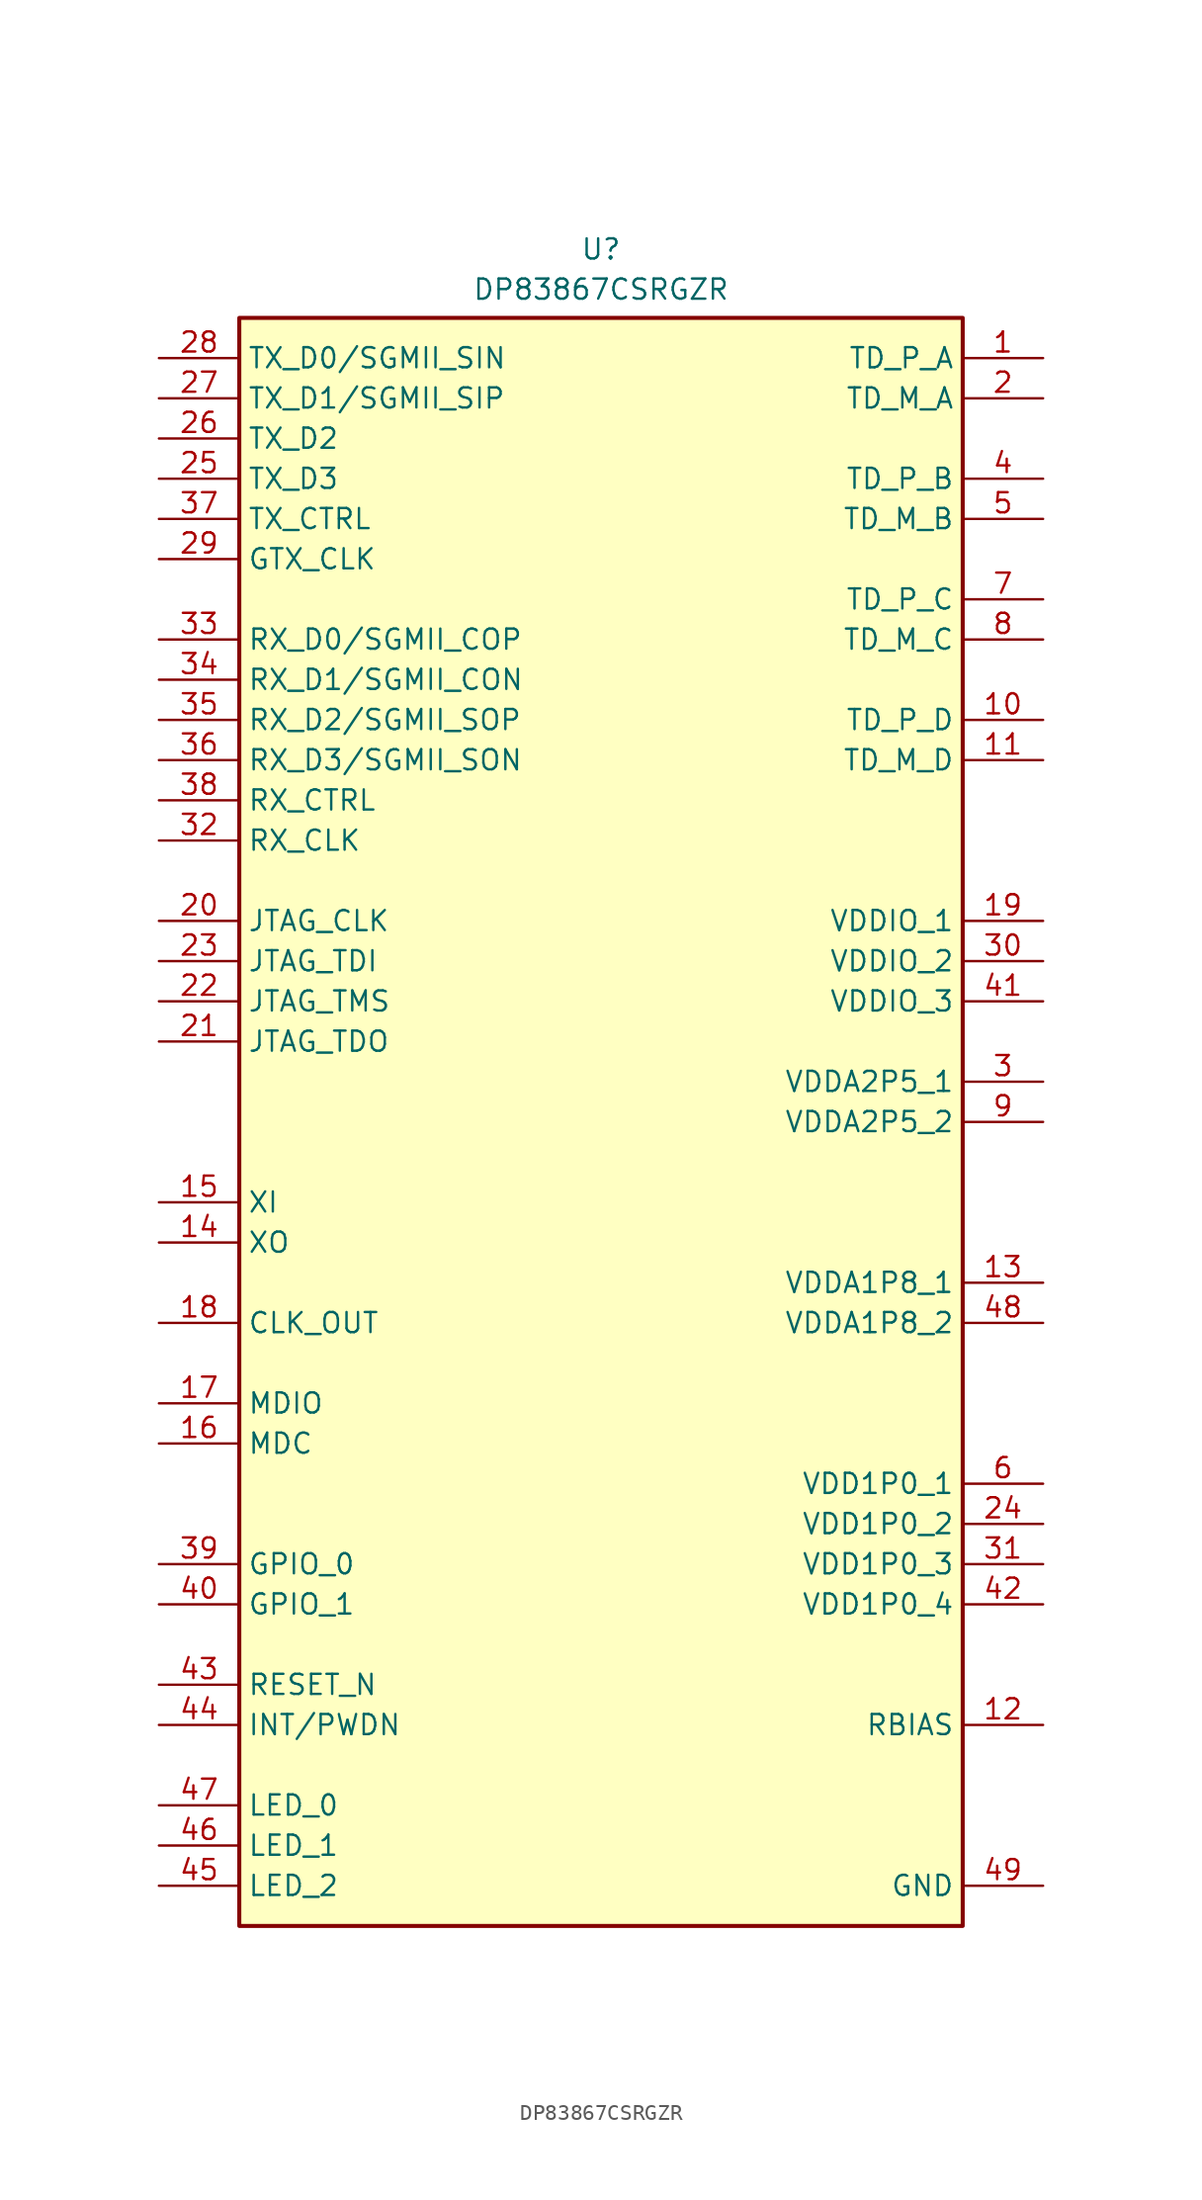
<source format=kicad_sym>
(kicad_symbol_lib
  (version 20231120)
  (generator "kicad_symbol_editor")
  (generator_version "8.0")
  (symbol "DP83867CSRGZR"
    (property "Reference" "U"
      (at 0 5.08 0)
      (effects (font (size 1.27 1.27)) (justify top)))
    (property "Value" "DP83867CSRGZR"
      (at 0 2.54 0)
      (effects (font (size 1.27 1.27)) (justify top)))
    (symbol "DP83867CSRGZR_1_1"
      (rectangle (start -22.86 0) (end 22.86 -101.6) (stroke (width 0.254) (type default)) (fill (type background)))
      (pin passive line (at 27.94 -2.54 180) (length 5.08) (name "TD_P_A" (effects (font (size 1.27 1.27)))) (number "1" (effects (font (size 1.27 1.27)))))
      (pin passive line (at 27.94 -25.4 180) (length 5.08) (name "TD_P_D" (effects (font (size 1.27 1.27)))) (number "10" (effects (font (size 1.27 1.27)))))
      (pin passive line (at 27.94 -27.94 180) (length 5.08) (name "TD_M_D" (effects (font (size 1.27 1.27)))) (number "11" (effects (font (size 1.27 1.27)))))
      (pin passive line (at 27.94 -88.9 180) (length 5.08) (name "RBIAS" (effects (font (size 1.27 1.27)))) (number "12" (effects (font (size 1.27 1.27)))))
      (pin passive line (at 27.94 -60.96 180) (length 5.08) (name "VDDA1P8_1" (effects (font (size 1.27 1.27)))) (number "13" (effects (font (size 1.27 1.27)))))
      (pin passive line (at -27.94 -58.42 0) (length 5.08) (name "XO" (effects (font (size 1.27 1.27)))) (number "14" (effects (font (size 1.27 1.27)))))
      (pin passive line (at -27.94 -55.88 0) (length 5.08) (name "XI" (effects (font (size 1.27 1.27)))) (number "15" (effects (font (size 1.27 1.27)))))
      (pin passive line (at -27.94 -71.12 0) (length 5.08) (name "MDC" (effects (font (size 1.27 1.27)))) (number "16" (effects (font (size 1.27 1.27)))))
      (pin passive line (at -27.94 -68.58 0) (length 5.08) (name "MDIO" (effects (font (size 1.27 1.27)))) (number "17" (effects (font (size 1.27 1.27)))))
      (pin passive line (at -27.94 -63.5 0) (length 5.08) (name "CLK_OUT" (effects (font (size 1.27 1.27)))) (number "18" (effects (font (size 1.27 1.27)))))
      (pin passive line (at 27.94 -38.1 180) (length 5.08) (name "VDDIO_1" (effects (font (size 1.27 1.27)))) (number "19" (effects (font (size 1.27 1.27)))))
      (pin passive line (at 27.94 -5.08 180) (length 5.08) (name "TD_M_A" (effects (font (size 1.27 1.27)))) (number "2" (effects (font (size 1.27 1.27)))))
      (pin passive line (at -27.94 -38.1 0) (length 5.08) (name "JTAG_CLK" (effects (font (size 1.27 1.27)))) (number "20" (effects (font (size 1.27 1.27)))))
      (pin passive line (at -27.94 -45.72 0) (length 5.08) (name "JTAG_TDO" (effects (font (size 1.27 1.27)))) (number "21" (effects (font (size 1.27 1.27)))))
      (pin passive line (at -27.94 -43.18 0) (length 5.08) (name "JTAG_TMS" (effects (font (size 1.27 1.27)))) (number "22" (effects (font (size 1.27 1.27)))))
      (pin passive line (at -27.94 -40.64 0) (length 5.08) (name "JTAG_TDI" (effects (font (size 1.27 1.27)))) (number "23" (effects (font (size 1.27 1.27)))))
      (pin passive line (at 27.94 -76.2 180) (length 5.08) (name "VDD1P0_2" (effects (font (size 1.27 1.27)))) (number "24" (effects (font (size 1.27 1.27)))))
      (pin passive line (at -27.94 -10.16 0) (length 5.08) (name "TX_D3" (effects (font (size 1.27 1.27)))) (number "25" (effects (font (size 1.27 1.27)))))
      (pin passive line (at -27.94 -7.62 0) (length 5.08) (name "TX_D2" (effects (font (size 1.27 1.27)))) (number "26" (effects (font (size 1.27 1.27)))))
      (pin passive line (at -27.94 -5.08 0) (length 5.08) (name "TX_D1/SGMII_SIP" (effects (font (size 1.27 1.27)))) (number "27" (effects (font (size 1.27 1.27)))))
      (pin passive line (at -27.94 -2.54 0) (length 5.08) (name "TX_D0/SGMII_SIN" (effects (font (size 1.27 1.27)))) (number "28" (effects (font (size 1.27 1.27)))))
      (pin passive line (at -27.94 -15.24 0) (length 5.08) (name "GTX_CLK" (effects (font (size 1.27 1.27)))) (number "29" (effects (font (size 1.27 1.27)))))
      (pin passive line (at 27.94 -48.26 180) (length 5.08) (name "VDDA2P5_1" (effects (font (size 1.27 1.27)))) (number "3" (effects (font (size 1.27 1.27)))))
      (pin passive line (at 27.94 -40.64 180) (length 5.08) (name "VDDIO_2" (effects (font (size 1.27 1.27)))) (number "30" (effects (font (size 1.27 1.27)))))
      (pin passive line (at 27.94 -78.74 180) (length 5.08) (name "VDD1P0_3" (effects (font (size 1.27 1.27)))) (number "31" (effects (font (size 1.27 1.27)))))
      (pin passive line (at -27.94 -33.02 0) (length 5.08) (name "RX_CLK" (effects (font (size 1.27 1.27)))) (number "32" (effects (font (size 1.27 1.27)))))
      (pin passive line (at -27.94 -20.32 0) (length 5.08) (name "RX_D0/SGMII_COP" (effects (font (size 1.27 1.27)))) (number "33" (effects (font (size 1.27 1.27)))))
      (pin passive line (at -27.94 -22.86 0) (length 5.08) (name "RX_D1/SGMII_CON" (effects (font (size 1.27 1.27)))) (number "34" (effects (font (size 1.27 1.27)))))
      (pin passive line (at -27.94 -25.4 0) (length 5.08) (name "RX_D2/SGMII_SOP" (effects (font (size 1.27 1.27)))) (number "35" (effects (font (size 1.27 1.27)))))
      (pin passive line (at -27.94 -27.94 0) (length 5.08) (name "RX_D3/SGMII_SON" (effects (font (size 1.27 1.27)))) (number "36" (effects (font (size 1.27 1.27)))))
      (pin passive line (at -27.94 -12.7 0) (length 5.08) (name "TX_CTRL" (effects (font (size 1.27 1.27)))) (number "37" (effects (font (size 1.27 1.27)))))
      (pin passive line (at -27.94 -30.48 0) (length 5.08) (name "RX_CTRL" (effects (font (size 1.27 1.27)))) (number "38" (effects (font (size 1.27 1.27)))))
      (pin passive line (at -27.94 -78.74 0) (length 5.08) (name "GPIO_0" (effects (font (size 1.27 1.27)))) (number "39" (effects (font (size 1.27 1.27)))))
      (pin passive line (at 27.94 -10.16 180) (length 5.08) (name "TD_P_B" (effects (font (size 1.27 1.27)))) (number "4" (effects (font (size 1.27 1.27)))))
      (pin passive line (at -27.94 -81.28 0) (length 5.08) (name "GPIO_1" (effects (font (size 1.27 1.27)))) (number "40" (effects (font (size 1.27 1.27)))))
      (pin passive line (at 27.94 -43.18 180) (length 5.08) (name "VDDIO_3" (effects (font (size 1.27 1.27)))) (number "41" (effects (font (size 1.27 1.27)))))
      (pin passive line (at 27.94 -81.28 180) (length 5.08) (name "VDD1P0_4" (effects (font (size 1.27 1.27)))) (number "42" (effects (font (size 1.27 1.27)))))
      (pin passive line (at -27.94 -86.36 0) (length 5.08) (name "RESET_N" (effects (font (size 1.27 1.27)))) (number "43" (effects (font (size 1.27 1.27)))))
      (pin passive line (at -27.94 -88.9 0) (length 5.08) (name "INT/PWDN" (effects (font (size 1.27 1.27)))) (number "44" (effects (font (size 1.27 1.27)))))
      (pin passive line (at -27.94 -99.06 0) (length 5.08) (name "LED_2" (effects (font (size 1.27 1.27)))) (number "45" (effects (font (size 1.27 1.27)))))
      (pin passive line (at -27.94 -96.52 0) (length 5.08) (name "LED_1" (effects (font (size 1.27 1.27)))) (number "46" (effects (font (size 1.27 1.27)))))
      (pin passive line (at -27.94 -93.98 0) (length 5.08) (name "LED_0" (effects (font (size 1.27 1.27)))) (number "47" (effects (font (size 1.27 1.27)))))
      (pin passive line (at 27.94 -63.5 180) (length 5.08) (name "VDDA1P8_2" (effects (font (size 1.27 1.27)))) (number "48" (effects (font (size 1.27 1.27)))))
      (pin passive line (at 27.94 -99.06 180) (length 5.08) (name "GND" (effects (font (size 1.27 1.27)))) (number "49" (effects (font (size 1.27 1.27)))))
      (pin passive line (at 27.94 -12.7 180) (length 5.08) (name "TD_M_B" (effects (font (size 1.27 1.27)))) (number "5" (effects (font (size 1.27 1.27)))))
      (pin passive line (at 27.94 -73.66 180) (length 5.08) (name "VDD1P0_1" (effects (font (size 1.27 1.27)))) (number "6" (effects (font (size 1.27 1.27)))))
      (pin passive line (at 27.94 -17.78 180) (length 5.08) (name "TD_P_C" (effects (font (size 1.27 1.27)))) (number "7" (effects (font (size 1.27 1.27)))))
      (pin passive line (at 27.94 -20.32 180) (length 5.08) (name "TD_M_C" (effects (font (size 1.27 1.27)))) (number "8" (effects (font (size 1.27 1.27)))))
      (pin passive line (at 27.94 -50.8 180) (length 5.08) (name "VDDA2P5_2" (effects (font (size 1.27 1.27)))) (number "9" (effects (font (size 1.27 1.27))))))))
</source>
